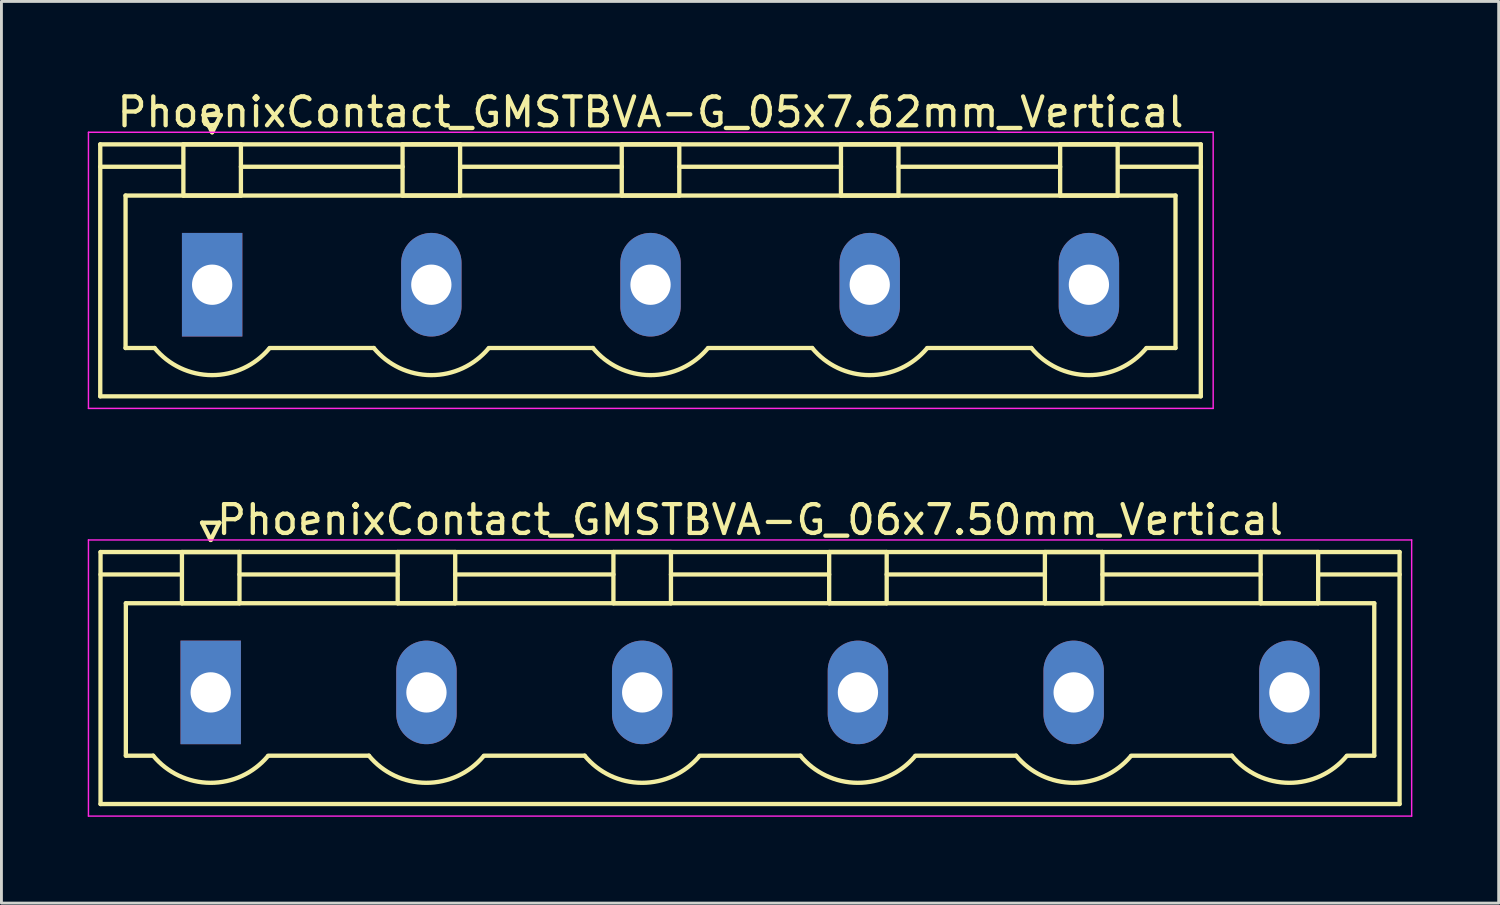
<source format=kicad_pcb>
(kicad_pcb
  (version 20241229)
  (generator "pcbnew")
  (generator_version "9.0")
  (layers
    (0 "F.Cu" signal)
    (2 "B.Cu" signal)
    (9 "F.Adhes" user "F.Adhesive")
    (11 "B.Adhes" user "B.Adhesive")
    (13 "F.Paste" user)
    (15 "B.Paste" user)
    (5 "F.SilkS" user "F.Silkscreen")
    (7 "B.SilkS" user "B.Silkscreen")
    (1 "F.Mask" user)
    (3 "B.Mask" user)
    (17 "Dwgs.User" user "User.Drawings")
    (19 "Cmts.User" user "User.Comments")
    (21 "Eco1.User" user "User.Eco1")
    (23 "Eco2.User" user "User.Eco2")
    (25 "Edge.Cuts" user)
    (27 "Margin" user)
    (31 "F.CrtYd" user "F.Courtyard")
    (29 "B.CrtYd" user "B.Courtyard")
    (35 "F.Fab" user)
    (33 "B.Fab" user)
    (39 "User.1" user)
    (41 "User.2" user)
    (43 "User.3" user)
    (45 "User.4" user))
  (footprint "PhoenixContact_GMSTBVA-G_06x7.50mm_Vertical"
    (layer "F.Cu")
    (at 4.275 21.021)
    (property "Reference" "PhoenixContact_GMSTBVA-G_06x7.50mm_Vertical" (at 18.75 -6 0) (layer "F.SilkS") (effects (font (size 1 1) (thickness 0.15))))
    (attr through_hole)
    (fp_line (start -3.83 -4.88) (end -3.83 3.88) (stroke (width 0.15) (type solid)) (layer "F.SilkS"))
    (fp_line (start -3.83 -4.1) (end -1.08 -4.1) (stroke (width 0.15) (type solid)) (layer "F.SilkS"))
    (fp_line (start -3.83 3.88) (end 41.33 3.88) (stroke (width 0.15) (type solid)) (layer "F.SilkS"))
    (fp_line (start -2.95 -3.1) (end 40.45 -3.1) (stroke (width 0.15) (type solid)) (layer "F.SilkS"))
    (fp_line (start -2.95 2.2) (end -2.95 -3.1) (stroke (width 0.15) (type solid)) (layer "F.SilkS"))
    (fp_line (start -2 2.2) (end -2.95 2.2) (stroke (width 0.15) (type solid)) (layer "F.SilkS"))
    (fp_line (start -1 -4.88) (end 1 -4.88) (stroke (width 0.15) (type solid)) (layer "F.SilkS"))
    (fp_line (start -1 -3.1) (end -1 -4.88) (stroke (width 0.15) (type solid)) (layer "F.SilkS"))
    (fp_line (start -0.3 -5.9) (end 0 -5.3) (stroke (width 0.15) (type solid)) (layer "F.SilkS"))
    (fp_line (start 0 -5.3) (end 0.3 -5.9) (stroke (width 0.15) (type solid)) (layer "F.SilkS"))
    (fp_line (start 0.3 -5.9) (end -0.3 -5.9) (stroke (width 0.15) (type solid)) (layer "F.SilkS"))
    (fp_line (start 1 -4.88) (end 1 -3.1) (stroke (width 0.15) (type solid)) (layer "F.SilkS"))
    (fp_line (start 1 -4.1) (end 6.5 -4.1) (stroke (width 0.15) (type solid)) (layer "F.SilkS"))
    (fp_line (start 1 -3.1) (end -1 -3.1) (stroke (width 0.15) (type solid)) (layer "F.SilkS"))
    (fp_line (start 2 2.2) (end 5.5 2.2) (stroke (width 0.15) (type solid)) (layer "F.SilkS"))
    (fp_line (start 6.5 -4.88) (end 8.5 -4.88) (stroke (width 0.15) (type solid)) (layer "F.SilkS"))
    (fp_line (start 6.5 -3.1) (end 6.5 -4.88) (stroke (width 0.15) (type solid)) (layer "F.SilkS"))
    (fp_line (start 8.5 -4.88) (end 8.5 -3.1) (stroke (width 0.15) (type solid)) (layer "F.SilkS"))
    (fp_line (start 8.5 -4.1) (end 14 -4.1) (stroke (width 0.15) (type solid)) (layer "F.SilkS"))
    (fp_line (start 8.5 -3.1) (end 6.5 -3.1) (stroke (width 0.15) (type solid)) (layer "F.SilkS"))
    (fp_line (start 9.5 2.2) (end 13 2.2) (stroke (width 0.15) (type solid)) (layer "F.SilkS"))
    (fp_line (start 14 -4.88) (end 16 -4.88) (stroke (width 0.15) (type solid)) (layer "F.SilkS"))
    (fp_line (start 14 -3.1) (end 14 -4.88) (stroke (width 0.15) (type solid)) (layer "F.SilkS"))
    (fp_line (start 16 -4.88) (end 16 -3.1) (stroke (width 0.15) (type solid)) (layer "F.SilkS"))
    (fp_line (start 16 -4.1) (end 21.5 -4.1) (stroke (width 0.15) (type solid)) (layer "F.SilkS"))
    (fp_line (start 16 -3.1) (end 14 -3.1) (stroke (width 0.15) (type solid)) (layer "F.SilkS"))
    (fp_line (start 17 2.2) (end 20.5 2.2) (stroke (width 0.15) (type solid)) (layer "F.SilkS"))
    (fp_line (start 21.5 -4.88) (end 23.5 -4.88) (stroke (width 0.15) (type solid)) (layer "F.SilkS"))
    (fp_line (start 21.5 -3.1) (end 21.5 -4.88) (stroke (width 0.15) (type solid)) (layer "F.SilkS"))
    (fp_line (start 23.5 -4.88) (end 23.5 -3.1) (stroke (width 0.15) (type solid)) (layer "F.SilkS"))
    (fp_line (start 23.5 -4.1) (end 29 -4.1) (stroke (width 0.15) (type solid)) (layer "F.SilkS"))
    (fp_line (start 23.5 -3.1) (end 21.5 -3.1) (stroke (width 0.15) (type solid)) (layer "F.SilkS"))
    (fp_line (start 24.5 2.2) (end 28 2.2) (stroke (width 0.15) (type solid)) (layer "F.SilkS"))
    (fp_line (start 29 -4.88) (end 31 -4.88) (stroke (width 0.15) (type solid)) (layer "F.SilkS"))
    (fp_line (start 29 -3.1) (end 29 -4.88) (stroke (width 0.15) (type solid)) (layer "F.SilkS"))
    (fp_line (start 31 -4.88) (end 31 -3.1) (stroke (width 0.15) (type solid)) (layer "F.SilkS"))
    (fp_line (start 31 -4.1) (end 36.5 -4.1) (stroke (width 0.15) (type solid)) (layer "F.SilkS"))
    (fp_line (start 31 -3.1) (end 29 -3.1) (stroke (width 0.15) (type solid)) (layer "F.SilkS"))
    (fp_line (start 32 2.2) (end 35.5 2.2) (stroke (width 0.15) (type solid)) (layer "F.SilkS"))
    (fp_line (start 36.5 -4.88) (end 38.5 -4.88) (stroke (width 0.15) (type solid)) (layer "F.SilkS"))
    (fp_line (start 36.5 -3.1) (end 36.5 -4.88) (stroke (width 0.15) (type solid)) (layer "F.SilkS"))
    (fp_line (start 38.5 -4.88) (end 38.5 -3.1) (stroke (width 0.15) (type solid)) (layer "F.SilkS"))
    (fp_line (start 38.5 -3.1) (end 36.5 -3.1) (stroke (width 0.15) (type solid)) (layer "F.SilkS"))
    (fp_line (start 40.45 -3.1) (end 40.45 2.2) (stroke (width 0.15) (type solid)) (layer "F.SilkS"))
    (fp_line (start 40.45 2.2) (end 39.5 2.2) (stroke (width 0.15) (type solid)) (layer "F.SilkS"))
    (fp_line (start 41.33 -4.88) (end -3.83 -4.88) (stroke (width 0.15) (type solid)) (layer "F.SilkS"))
    (fp_line (start 41.33 -4.1) (end 38.58 -4.1) (stroke (width 0.15) (type solid)) (layer "F.SilkS"))
    (fp_line (start 41.33 3.88) (end 41.33 -4.88) (stroke (width 0.15) (type solid)) (layer "F.SilkS"))
    (fp_arc (start 1.986842 2.215821) (mid -0.010289 3.142758) (end -2 2.2) (stroke (width 0.15) (type solid)) (layer "F.SilkS"))
    (fp_arc (start 9.486842 2.215821) (mid 7.489711 3.142758) (end 5.5 2.2) (stroke (width 0.15) (type solid)) (layer "F.SilkS"))
    (fp_arc (start 16.986842 2.215821) (mid 14.989711 3.142758) (end 13 2.2) (stroke (width 0.15) (type solid)) (layer "F.SilkS"))
    (fp_arc (start 24.486842 2.215821) (mid 22.489711 3.142758) (end 20.5 2.2) (stroke (width 0.15) (type solid)) (layer "F.SilkS"))
    (fp_arc (start 31.986842 2.215821) (mid 29.989711 3.142758) (end 28 2.2) (stroke (width 0.15) (type solid)) (layer "F.SilkS"))
    (fp_arc (start 39.486842 2.215821) (mid 37.489711 3.142758) (end 35.5 2.2) (stroke (width 0.15) (type solid)) (layer "F.SilkS"))
    (fp_line (start -4.25 -5.3) (end -4.25 4.3) (stroke (width 0.05) (type solid)) (layer "F.CrtYd"))
    (fp_line (start -4.25 4.3) (end 41.75 4.3) (stroke (width 0.05) (type solid)) (layer "F.CrtYd"))
    (fp_line (start 41.75 -5.3) (end -4.25 -5.3) (stroke (width 0.05) (type solid)) (layer "F.CrtYd"))
    (fp_line (start 41.75 4.3) (end 41.75 -5.3) (stroke (width 0.05) (type solid)) (layer "F.CrtYd"))
    (pad "1" thru_hole rect (at 0 0) (size 2.1 3.6) (drill 1.4) (layers "*.Cu" "*.Mask"))
    (pad "2" thru_hole oval (at 7.5 0) (size 2.1 3.6) (drill 1.4) (layers "*.Cu" "*.Mask"))
    (pad "3" thru_hole oval (at 15 0) (size 2.1 3.6) (drill 1.4) (layers "*.Cu" "*.Mask"))
    (pad "4" thru_hole oval (at 22.5 0) (size 2.1 3.6) (drill 1.4) (layers "*.Cu" "*.Mask"))
    (pad "5" thru_hole oval (at 30 0) (size 2.1 3.6) (drill 1.4) (layers "*.Cu" "*.Mask"))
    (pad "6" thru_hole oval (at 37.5 0) (size 2.1 3.6) (drill 1.4) (layers "*.Cu" "*.Mask")))
  (footprint "PhoenixContact_GMSTBVA-G_05x7.62mm_Vertical"
    (layer "F.Cu")
    (at 4.325 6.848)
    (property "Reference" "PhoenixContact_GMSTBVA-G_05x7.62mm_Vertical" (at 15.24 -6 0) (layer "F.SilkS") (effects (font (size 1 1) (thickness 0.15))))
    (attr through_hole)
    (fp_line (start -3.89 -4.88) (end -3.89 3.88) (stroke (width 0.15) (type solid)) (layer "F.SilkS"))
    (fp_line (start -3.89 -4.1) (end -1.08 -4.1) (stroke (width 0.15) (type solid)) (layer "F.SilkS"))
    (fp_line (start -3.89 3.88) (end 34.37 3.88) (stroke (width 0.15) (type solid)) (layer "F.SilkS"))
    (fp_line (start -3.01 -3.1) (end 33.49 -3.1) (stroke (width 0.15) (type solid)) (layer "F.SilkS"))
    (fp_line (start -3.01 2.2) (end -3.01 -3.1) (stroke (width 0.15) (type solid)) (layer "F.SilkS"))
    (fp_line (start -2 2.2) (end -3.01 2.2) (stroke (width 0.15) (type solid)) (layer "F.SilkS"))
    (fp_line (start -1 -4.88) (end 1 -4.88) (stroke (width 0.15) (type solid)) (layer "F.SilkS"))
    (fp_line (start -1 -3.1) (end -1 -4.88) (stroke (width 0.15) (type solid)) (layer "F.SilkS"))
    (fp_line (start -0.3 -5.9) (end 0 -5.3) (stroke (width 0.15) (type solid)) (layer "F.SilkS"))
    (fp_line (start 0 -5.3) (end 0.3 -5.9) (stroke (width 0.15) (type solid)) (layer "F.SilkS"))
    (fp_line (start 0.3 -5.9) (end -0.3 -5.9) (stroke (width 0.15) (type solid)) (layer "F.SilkS"))
    (fp_line (start 1 -4.88) (end 1 -3.1) (stroke (width 0.15) (type solid)) (layer "F.SilkS"))
    (fp_line (start 1 -4.1) (end 6.62 -4.1) (stroke (width 0.15) (type solid)) (layer "F.SilkS"))
    (fp_line (start 1 -3.1) (end -1 -3.1) (stroke (width 0.15) (type solid)) (layer "F.SilkS"))
    (fp_line (start 2 2.2) (end 5.62 2.2) (stroke (width 0.15) (type solid)) (layer "F.SilkS"))
    (fp_line (start 6.62 -4.88) (end 8.62 -4.88) (stroke (width 0.15) (type solid)) (layer "F.SilkS"))
    (fp_line (start 6.62 -3.1) (end 6.62 -4.88) (stroke (width 0.15) (type solid)) (layer "F.SilkS"))
    (fp_line (start 8.62 -4.88) (end 8.62 -3.1) (stroke (width 0.15) (type solid)) (layer "F.SilkS"))
    (fp_line (start 8.62 -4.1) (end 14.24 -4.1) (stroke (width 0.15) (type solid)) (layer "F.SilkS"))
    (fp_line (start 8.62 -3.1) (end 6.62 -3.1) (stroke (width 0.15) (type solid)) (layer "F.SilkS"))
    (fp_line (start 9.62 2.2) (end 13.24 2.2) (stroke (width 0.15) (type solid)) (layer "F.SilkS"))
    (fp_line (start 14.24 -4.88) (end 16.24 -4.88) (stroke (width 0.15) (type solid)) (layer "F.SilkS"))
    (fp_line (start 14.24 -3.1) (end 14.24 -4.88) (stroke (width 0.15) (type solid)) (layer "F.SilkS"))
    (fp_line (start 16.24 -4.88) (end 16.24 -3.1) (stroke (width 0.15) (type solid)) (layer "F.SilkS"))
    (fp_line (start 16.24 -4.1) (end 21.86 -4.1) (stroke (width 0.15) (type solid)) (layer "F.SilkS"))
    (fp_line (start 16.24 -3.1) (end 14.24 -3.1) (stroke (width 0.15) (type solid)) (layer "F.SilkS"))
    (fp_line (start 17.24 2.2) (end 20.86 2.2) (stroke (width 0.15) (type solid)) (layer "F.SilkS"))
    (fp_line (start 21.86 -4.88) (end 23.86 -4.88) (stroke (width 0.15) (type solid)) (layer "F.SilkS"))
    (fp_line (start 21.86 -3.1) (end 21.86 -4.88) (stroke (width 0.15) (type solid)) (layer "F.SilkS"))
    (fp_line (start 23.86 -4.88) (end 23.86 -3.1) (stroke (width 0.15) (type solid)) (layer "F.SilkS"))
    (fp_line (start 23.86 -4.1) (end 29.48 -4.1) (stroke (width 0.15) (type solid)) (layer "F.SilkS"))
    (fp_line (start 23.86 -3.1) (end 21.86 -3.1) (stroke (width 0.15) (type solid)) (layer "F.SilkS"))
    (fp_line (start 24.86 2.2) (end 28.48 2.2) (stroke (width 0.15) (type solid)) (layer "F.SilkS"))
    (fp_line (start 29.48 -4.88) (end 31.48 -4.88) (stroke (width 0.15) (type solid)) (layer "F.SilkS"))
    (fp_line (start 29.48 -3.1) (end 29.48 -4.88) (stroke (width 0.15) (type solid)) (layer "F.SilkS"))
    (fp_line (start 31.48 -4.88) (end 31.48 -3.1) (stroke (width 0.15) (type solid)) (layer "F.SilkS"))
    (fp_line (start 31.48 -3.1) (end 29.48 -3.1) (stroke (width 0.15) (type solid)) (layer "F.SilkS"))
    (fp_line (start 33.49 -3.1) (end 33.49 2.2) (stroke (width 0.15) (type solid)) (layer "F.SilkS"))
    (fp_line (start 33.49 2.2) (end 32.48 2.2) (stroke (width 0.15) (type solid)) (layer "F.SilkS"))
    (fp_line (start 34.37 -4.88) (end -3.89 -4.88) (stroke (width 0.15) (type solid)) (layer "F.SilkS"))
    (fp_line (start 34.37 -4.1) (end 31.56 -4.1) (stroke (width 0.15) (type solid)) (layer "F.SilkS"))
    (fp_line (start 34.37 3.88) (end 34.37 -4.88) (stroke (width 0.15) (type solid)) (layer "F.SilkS"))
    (fp_arc (start 1.986842 2.215821) (mid -0.010289 3.142758) (end -2 2.2) (stroke (width 0.15) (type solid)) (layer "F.SilkS"))
    (fp_arc (start 9.606842 2.215821) (mid 7.609711 3.142758) (end 5.62 2.2) (stroke (width 0.15) (type solid)) (layer "F.SilkS"))
    (fp_arc (start 17.226842 2.215821) (mid 15.229711 3.142758) (end 13.24 2.2) (stroke (width 0.15) (type solid)) (layer "F.SilkS"))
    (fp_arc (start 24.846842 2.215821) (mid 22.849711 3.142758) (end 20.86 2.2) (stroke (width 0.15) (type solid)) (layer "F.SilkS"))
    (fp_arc (start 32.466842 2.215821) (mid 30.469711 3.142758) (end 28.48 2.2) (stroke (width 0.15) (type solid)) (layer "F.SilkS"))
    (fp_line (start -4.3 -5.3) (end -4.3 4.3) (stroke (width 0.05) (type solid)) (layer "F.CrtYd"))
    (fp_line (start -4.3 4.3) (end 34.8 4.3) (stroke (width 0.05) (type solid)) (layer "F.CrtYd"))
    (fp_line (start 34.8 -5.3) (end -4.3 -5.3) (stroke (width 0.05) (type solid)) (layer "F.CrtYd"))
    (fp_line (start 34.8 4.3) (end 34.8 -5.3) (stroke (width 0.05) (type solid)) (layer "F.CrtYd"))
    (pad "1" thru_hole rect (at 0 0) (size 2.1 3.6) (drill 1.4) (layers "*.Cu" "*.Mask"))
    (pad "2" thru_hole oval (at 7.62 0) (size 2.1 3.6) (drill 1.4) (layers "*.Cu" "*.Mask"))
    (pad "3" thru_hole oval (at 15.24 0) (size 2.1 3.6) (drill 1.4) (layers "*.Cu" "*.Mask"))
    (pad "4" thru_hole oval (at 22.86 0) (size 2.1 3.6) (drill 1.4) (layers "*.Cu" "*.Mask"))
    (pad "5" thru_hole oval (at 30.48 0) (size 2.1 3.6) (drill 1.4) (layers "*.Cu" "*.Mask")))
  (gr_rect
    (start -3 -3)
    (end 49.05 28.346)
    (stroke (width 0.1) (type default))
    (fill no)
    (layer "Edge.Cuts")))
</source>
